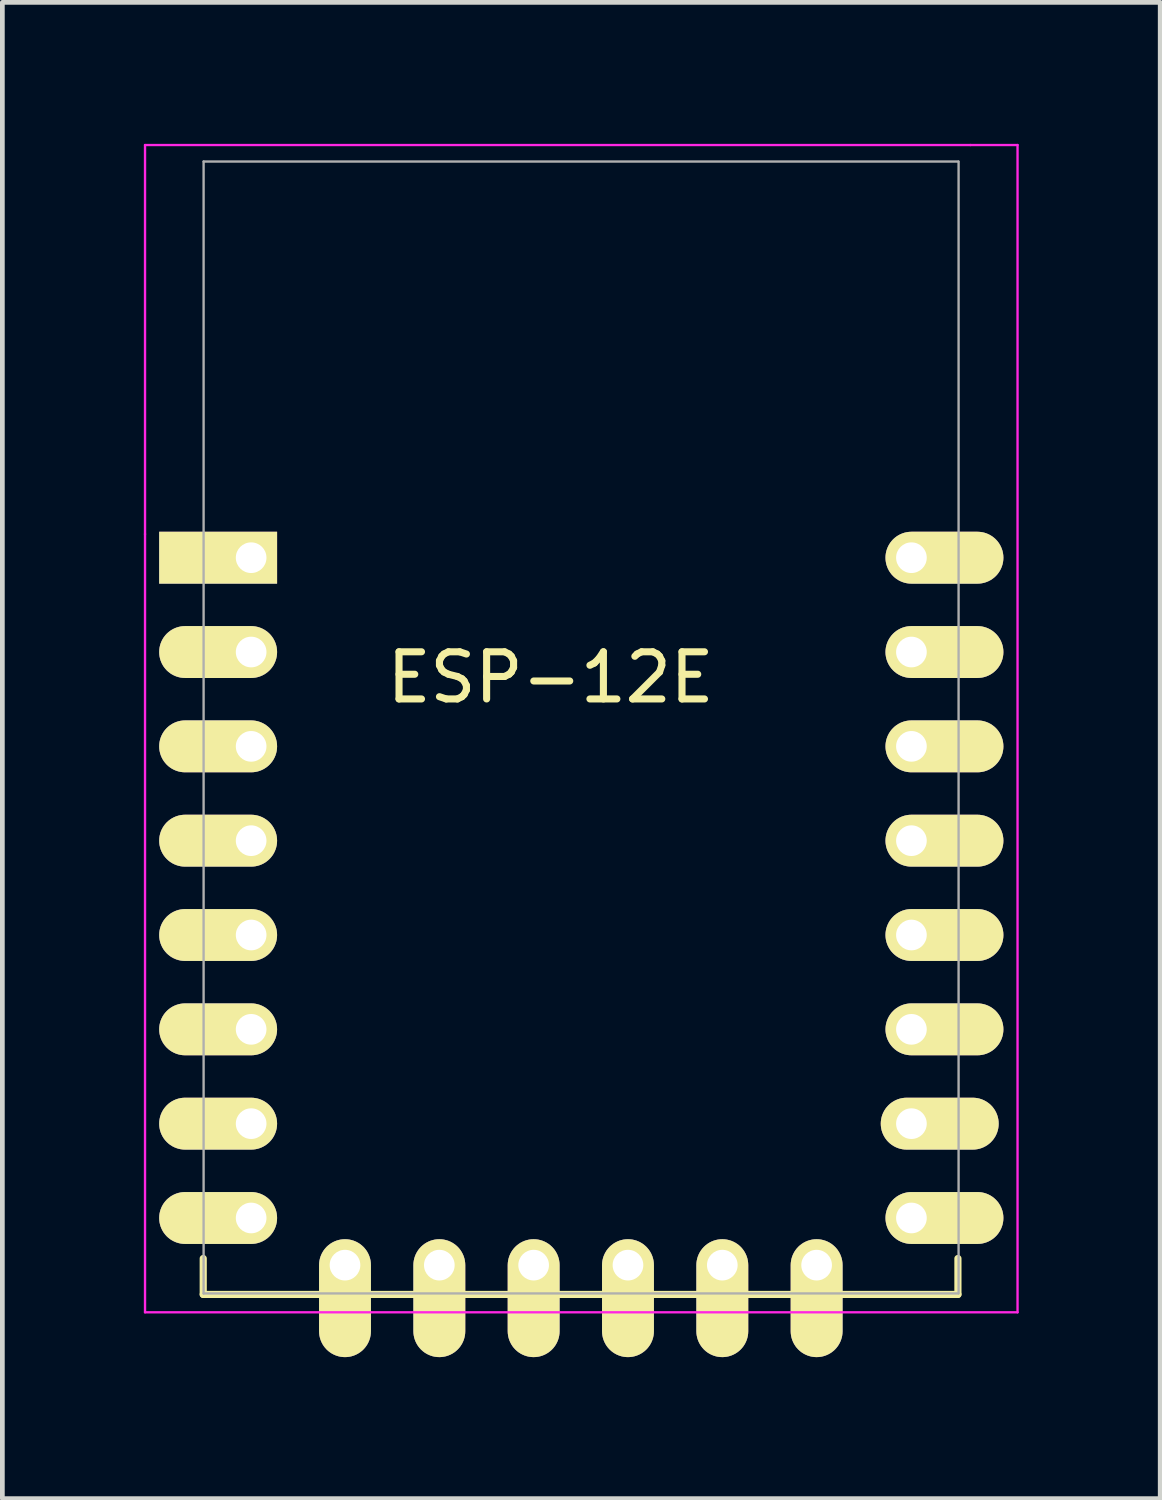
<source format=kicad_pcb>
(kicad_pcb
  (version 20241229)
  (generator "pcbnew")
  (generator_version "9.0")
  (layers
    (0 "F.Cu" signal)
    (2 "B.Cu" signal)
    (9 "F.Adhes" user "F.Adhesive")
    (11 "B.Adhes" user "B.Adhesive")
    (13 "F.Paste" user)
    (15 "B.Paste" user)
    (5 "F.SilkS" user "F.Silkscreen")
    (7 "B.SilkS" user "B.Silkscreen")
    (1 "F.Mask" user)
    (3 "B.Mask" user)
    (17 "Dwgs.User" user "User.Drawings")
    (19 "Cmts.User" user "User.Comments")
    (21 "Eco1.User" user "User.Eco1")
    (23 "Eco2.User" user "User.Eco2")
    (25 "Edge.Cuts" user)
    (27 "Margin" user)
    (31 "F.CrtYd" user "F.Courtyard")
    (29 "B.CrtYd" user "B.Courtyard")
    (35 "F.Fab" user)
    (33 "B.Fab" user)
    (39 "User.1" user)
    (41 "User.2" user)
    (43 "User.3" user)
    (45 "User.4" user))
  (footprint "ESP-12E"
    (layer "F.Cu")
    (at 2.275 8.775)
    (property "Reference" "ESP-12E" (at 6.35 2.54 0) (layer "F.SilkS") (effects (font (size 1 1) (thickness 0.15))))
    (attr through_hole)
    (fp_line (start -1.016 14.859) (end -1.016 15.621) (stroke (width 0.152) (type solid)) (layer "F.SilkS"))
    (fp_line (start -1.016 15.621) (end 14.986 15.621) (stroke (width 0.152) (type solid)) (layer "F.SilkS"))
    (fp_line (start 14.986 15.621) (end 14.986 14.859) (stroke (width 0.152) (type solid)) (layer "F.SilkS"))
    (fp_line (start -2.25 -8.75) (end 15.25 -8.75) (stroke (width 0.05) (type solid)) (layer "F.CrtYd"))
    (fp_line (start -2.25 -0.5) (end -2.25 -8.75) (stroke (width 0.05) (type solid)) (layer "F.CrtYd"))
    (fp_line (start -2.25 16) (end -2.25 -0.5) (stroke (width 0.05) (type solid)) (layer "F.CrtYd"))
    (fp_line (start 15.25 -8.75) (end 16.25 -8.75) (stroke (width 0.05) (type solid)) (layer "F.CrtYd"))
    (fp_line (start 16.25 -8.75) (end 16.25 16) (stroke (width 0.05) (type solid)) (layer "F.CrtYd"))
    (fp_line (start 16.25 16) (end -2.25 16) (stroke (width 0.05) (type solid)) (layer "F.CrtYd"))
    (fp_line (start -1.008 -8.4) (end 14.992 -8.4) (stroke (width 0.05) (type solid)) (layer "F.Fab"))
    (fp_line (start -1.008 15.6) (end -1.008 -8.4) (stroke (width 0.05) (type solid)) (layer "F.Fab"))
    (fp_line (start 14.992 15.6) (end -1.008 15.6) (stroke (width 0.05) (type solid)) (layer "F.Fab"))
    (fp_line (start 15 -8.4) (end 15 15.6) (stroke (width 0.05) (type solid)) (layer "F.Fab"))
    (pad "1" thru_hole rect (at 0 0) (size 2.5 1.1) (drill 0.65 (offset -0.7 0)) (layers "*.Cu" "*.Mask" "F.SilkS"))
    (pad "2" thru_hole oval (at 0 2) (size 2.5 1.1) (drill 0.65 (offset -0.7 0)) (layers "*.Cu" "*.Mask" "F.SilkS"))
    (pad "3" thru_hole oval (at 0 4) (size 2.5 1.1) (drill 0.65 (offset -0.7 0)) (layers "*.Cu" "*.Mask" "F.SilkS"))
    (pad "4" thru_hole oval (at 0 6) (size 2.5 1.1) (drill 0.65 (offset -0.7 0)) (layers "*.Cu" "*.Mask" "F.SilkS"))
    (pad "5" thru_hole oval (at 0 8) (size 2.5 1.1) (drill 0.65 (offset -0.7 0)) (layers "*.Cu" "*.Mask" "F.SilkS"))
    (pad "6" thru_hole oval (at 0 10) (size 2.5 1.1) (drill 0.65 (offset -0.7 0)) (layers "*.Cu" "*.Mask" "F.SilkS"))
    (pad "7" thru_hole oval (at 0 12) (size 2.5 1.1) (drill 0.65 (offset -0.7 0)) (layers "*.Cu" "*.Mask" "F.SilkS"))
    (pad "8" thru_hole oval (at 0 14) (size 2.5 1.1) (drill 0.65 (offset -0.7 0)) (layers "*.Cu" "*.Mask" "F.SilkS"))
    (pad "9" thru_hole oval (at 14 14) (size 2.5 1.1) (drill 0.65 (offset 0.7 0)) (layers "*.Cu" "*.Mask" "F.SilkS"))
    (pad "10" thru_hole oval (at 14 12) (size 2.5 1.1) (drill 0.65 (offset 0.6 0)) (layers "*.Cu" "*.Mask" "F.SilkS"))
    (pad "11" thru_hole oval (at 14 10) (size 2.5 1.1) (drill 0.65 (offset 0.7 0)) (layers "*.Cu" "*.Mask" "F.SilkS"))
    (pad "12" thru_hole oval (at 14 8) (size 2.5 1.1) (drill 0.65 (offset 0.7 0)) (layers "*.Cu" "*.Mask" "F.SilkS"))
    (pad "13" thru_hole oval (at 14 6) (size 2.5 1.1) (drill 0.65 (offset 0.7 0)) (layers "*.Cu" "*.Mask" "F.SilkS"))
    (pad "14" thru_hole oval (at 14 4) (size 2.5 1.1) (drill 0.65 (offset 0.7 0)) (layers "*.Cu" "*.Mask" "F.SilkS"))
    (pad "15" thru_hole oval (at 14 2) (size 2.5 1.1) (drill 0.65 (offset 0.7 0)) (layers "*.Cu" "*.Mask" "F.SilkS"))
    (pad "16" thru_hole oval (at 14 0) (size 2.5 1.1) (drill 0.65 (offset 0.7 0)) (layers "*.Cu" "*.Mask" "F.SilkS"))
    (pad "17" thru_hole oval (at 1.99 15 90) (size 2.5 1.1) (drill 0.65 (offset -0.7 0)) (layers "*.Cu" "*.Mask" "F.SilkS"))
    (pad "18" thru_hole oval (at 3.99 15 90) (size 2.5 1.1) (drill 0.65 (offset -0.7 0)) (layers "*.Cu" "*.Mask" "F.SilkS"))
    (pad "19" thru_hole oval (at 5.99 15 90) (size 2.5 1.1) (drill 0.65 (offset -0.7 0)) (layers "*.Cu" "*.Mask" "F.SilkS"))
    (pad "20" thru_hole oval (at 7.99 15 90) (size 2.5 1.1) (drill 0.65 (offset -0.7 0)) (layers "*.Cu" "*.Mask" "F.SilkS"))
    (pad "21" thru_hole oval (at 9.99 15 90) (size 2.5 1.1) (drill 0.65 (offset -0.7 0)) (layers "*.Cu" "*.Mask" "F.SilkS"))
    (pad "22" thru_hole oval (at 11.99 15 90) (size 2.5 1.1) (drill 0.65 (offset -0.7 0)) (layers "*.Cu" "*.Mask" "F.SilkS")))
  (gr_rect
    (start -3 -3)
    (end 21.55 28.725)
    (stroke (width 0.1) (type default))
    (fill no)
    (layer "Edge.Cuts")))
</source>
